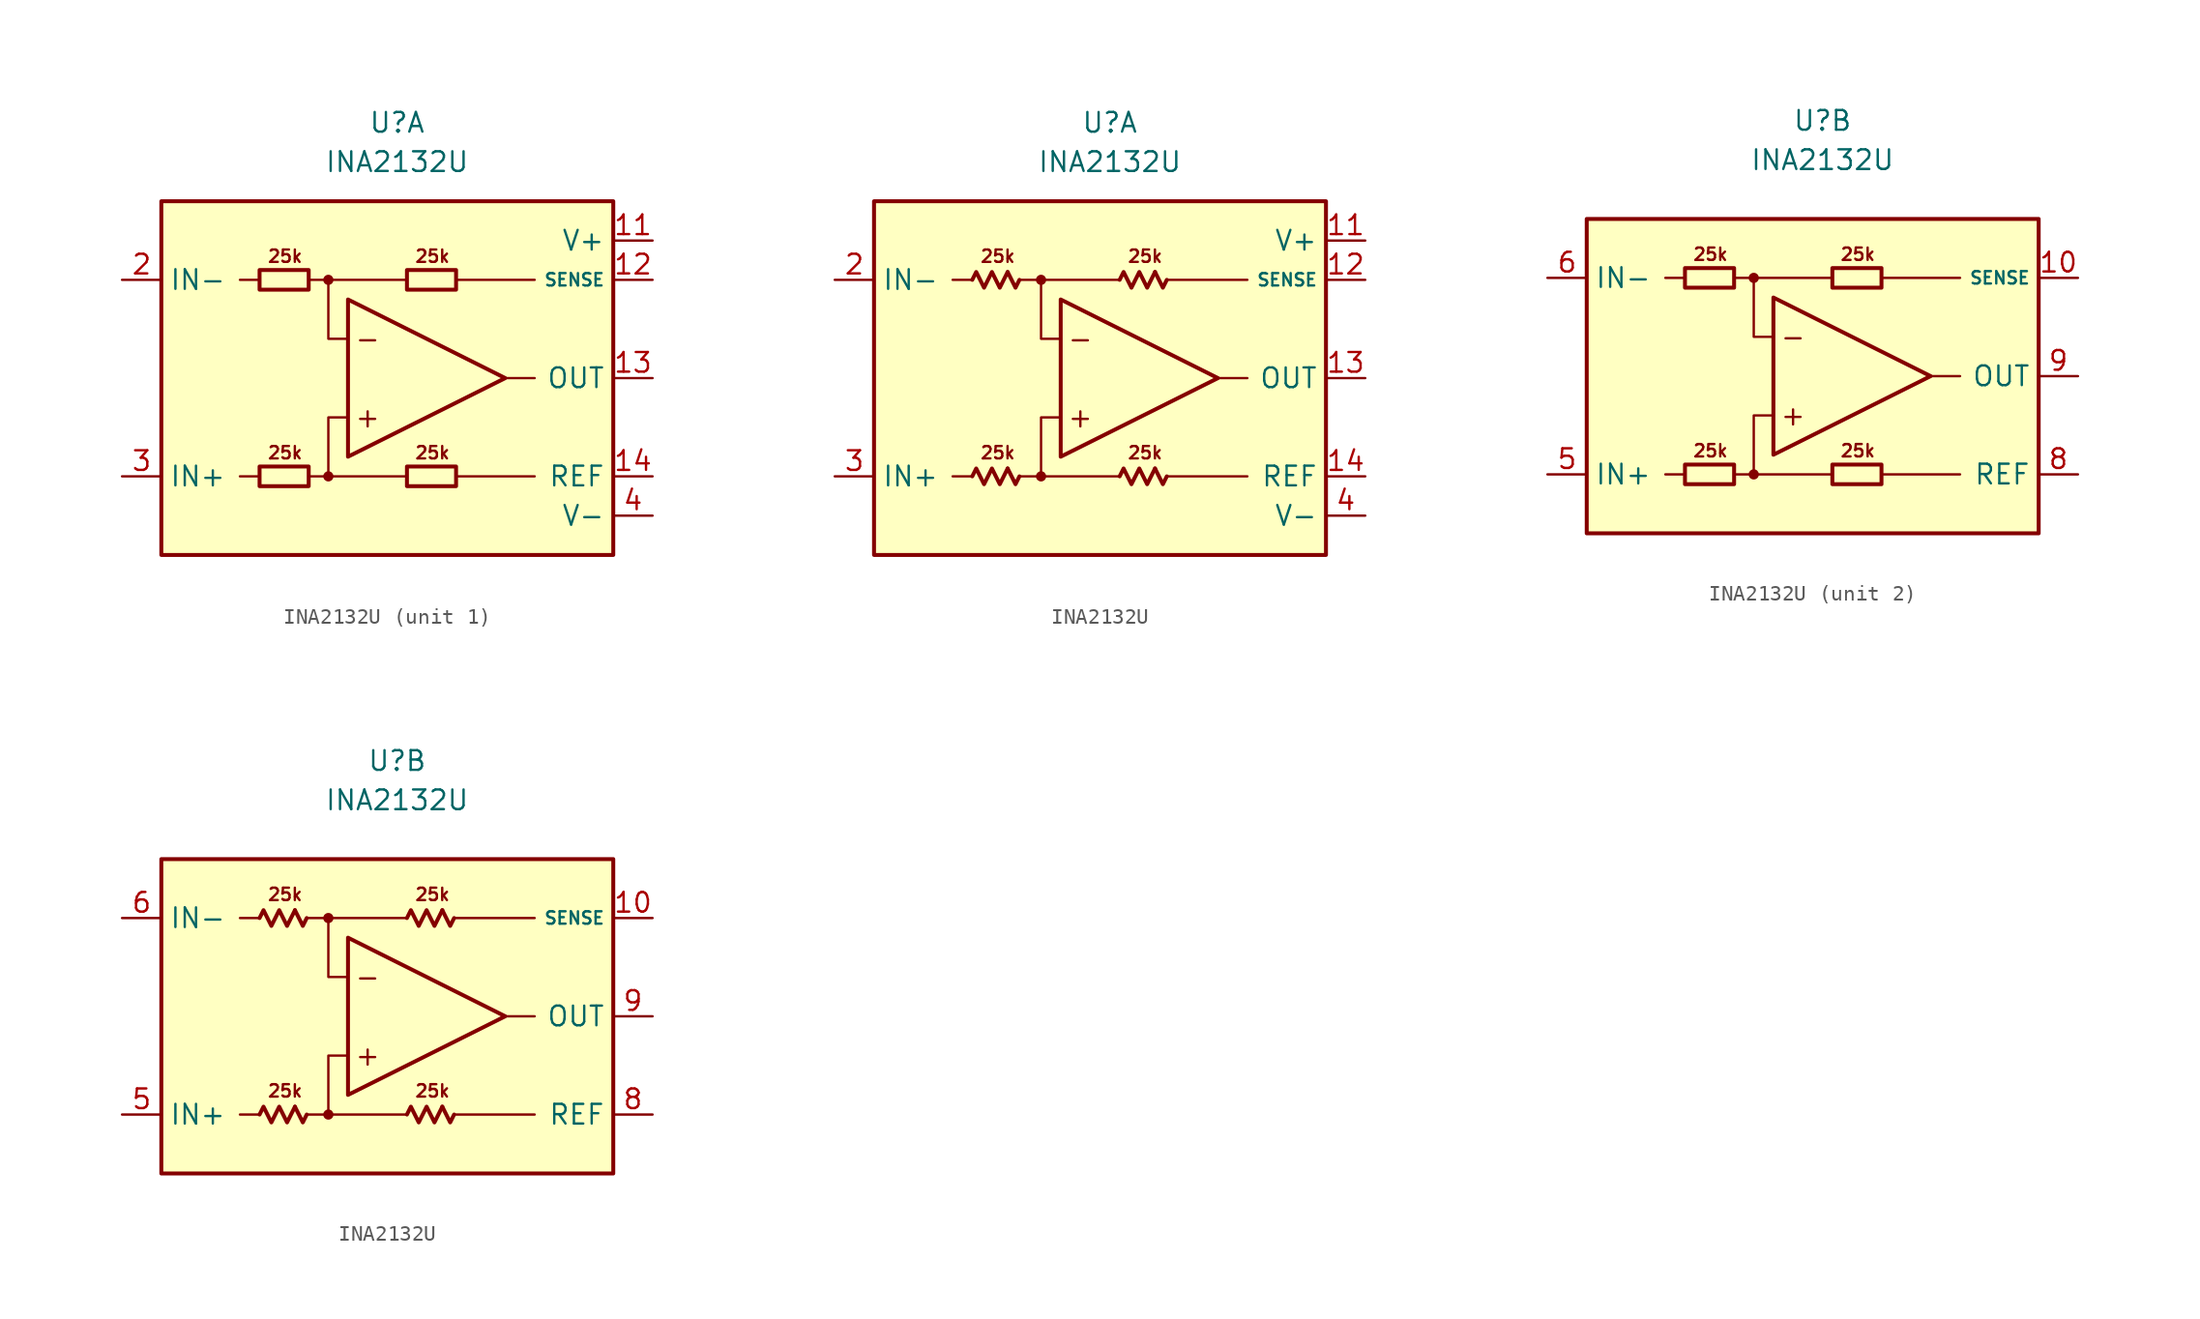
<source format=kicad_sym>
(kicad_symbol_lib
  (version 20231120)
  (generator "kicad_symbol_editor")
  (generator_version "8.0")
  (symbol "INA2132U"
    (property "Reference" "U"
      (at 0 16.51 0)
      (effects (font (size 1.27 1.27))))
    (property "Value" "INA2132U"
      (at 0 13.97 0)
      (effects (font (size 1.27 1.27))))
    (property "ki_locked" ""
      (at 0 0 0)
      (effects (font (size 1.27 1.27))))
    (symbol "INA2132U_0_0"
      (circle (center -4.445 -6.35) (radius 0.254) (stroke (width 0.152) (type default)) (fill (type outline)))
      (circle (center -4.445 6.35) (radius 0.254) (stroke (width 0.152) (type default)) (fill (type outline)))
      (polyline (pts (xy -8.89 -6.35) (xy -10.16 -6.35)) (stroke (width 0.152) (type default)) (fill (type none)))
      (polyline (pts (xy -8.89 6.35) (xy -10.16 6.35)) (stroke (width 0.152) (type default)) (fill (type none)))
      (polyline (pts (xy -4.445 6.35) (xy 0.635 6.35)) (stroke (width 0.152) (type default)) (fill (type none)))
      (polyline (pts (xy 0.635 -6.35) (xy -4.445 -6.35)) (stroke (width 0.152) (type default)) (fill (type none)))
      (polyline (pts (xy 3.81 -6.35) (xy 8.89 -6.35)) (stroke (width 0.152) (type default)) (fill (type none)))
      (polyline (pts (xy 3.81 6.35) (xy 8.89 6.35)) (stroke (width 0.152) (type default)) (fill (type none)))
      (polyline (pts (xy 6.985 0) (xy 8.89 0)) (stroke (width 0.152) (type default)) (fill (type none)))
      (polyline (pts (xy -5.715 -6.35) (xy -4.445 -6.35) (xy -4.445 -2.54) (xy -3.175 -2.54)) (stroke (width 0.152) (type default)) (fill (type none)))
      (polyline (pts (xy -3.175 2.54) (xy -4.445 2.54) (xy -4.445 6.35) (xy -5.715 6.35)) (stroke (width 0.152) (type default)) (fill (type none)))
      (polyline (pts (xy -3.175 5.08) (xy -3.175 -5.08) (xy 6.985 0) (xy -3.175 5.08)) (stroke (width 0.254) (type default)) (fill (type none)))
      (text "+" (at -1.905 -2.54 0) (effects (font (size 1.27 1.27))))
      (text "-" (at -1.905 2.54 0) (effects (font (size 1.27 1.27))))
      (text "25k" (at -7.239 -4.826 0) (effects (font (size 0.8 0.8))))
      (text "25k" (at -7.239 7.874 0) (effects (font (size 0.8 0.8))))
      (text "25k" (at 2.286 -4.826 0) (effects (font (size 0.8 0.8))))
      (text "25k" (at 2.286 7.874 0) (effects (font (size 0.8 0.8)))))
    (symbol "INA2132U_0_1"
      (rectangle (start -8.89 -5.715) (end -5.715 -6.985) (stroke (width 0.254) (type default)) (fill (type none)))
      (rectangle (start -8.89 6.985) (end -5.715 5.715) (stroke (width 0.254) (type default)) (fill (type none)))
      (rectangle (start 0.635 -5.715) (end 3.81 -6.985) (stroke (width 0.254) (type default)) (fill (type none)))
      (rectangle (start 0.635 6.985) (end 3.81 5.715) (stroke (width 0.254) (type default)) (fill (type none))))
    (symbol "INA2132U_0_2"
      (polyline (pts (xy -6.604 -5.842) (xy -6.096 -6.858) (xy -5.842 -6.35)) (stroke (width 0.254) (type default)) (fill (type none)))
      (polyline (pts (xy -6.604 6.858) (xy -6.096 5.842) (xy -5.842 6.35)) (stroke (width 0.254) (type default)) (fill (type none)))
      (polyline (pts (xy 2.921 -5.842) (xy 3.429 -6.858) (xy 3.683 -6.35)) (stroke (width 0.254) (type default)) (fill (type none)))
      (polyline (pts (xy 2.921 6.858) (xy 3.429 5.842) (xy 3.683 6.35)) (stroke (width 0.254) (type default)) (fill (type none)))
      (polyline (pts (xy -8.89 -6.35) (xy -8.636 -5.842) (xy -8.128 -6.858) (xy -7.62 -5.842) (xy -7.112 -6.858) (xy -6.604 -5.842)) (stroke (width 0.254) (type default)) (fill (type none)))
      (polyline (pts (xy -8.89 6.35) (xy -8.636 6.858) (xy -8.128 5.842) (xy -7.62 6.858) (xy -7.112 5.842) (xy -6.604 6.858)) (stroke (width 0.254) (type default)) (fill (type none)))
      (polyline (pts (xy 0.635 -6.35) (xy 0.889 -5.842) (xy 1.397 -6.858) (xy 1.905 -5.842) (xy 2.413 -6.858) (xy 2.921 -5.842)) (stroke (width 0.254) (type default)) (fill (type none)))
      (polyline (pts (xy 0.635 6.35) (xy 0.889 6.858) (xy 1.397 5.842) (xy 1.905 6.858) (xy 2.413 5.842) (xy 2.921 6.858)) (stroke (width 0.254) (type default)) (fill (type none))))
    (symbol "INA2132U_1_0"
      (rectangle (start -15.24 11.43) (end 13.97 -11.43) (stroke (width 0.254) (type default)) (fill (type background))))
    (symbol "INA2132U_1_1"
      (pin free line (at -10.16 1.27 0) (length 2.54) hide (name "NC" (effects (font (size 1.27 1.27)))) (number "1" (effects (font (size 1.27 1.27)))))
      (pin power_in line (at 16.51 8.89 180) (length 2.54) (name "V+" (effects (font (size 1.27 1.27)))) (number "11" (effects (font (size 1.27 1.27)))))
      (pin input line (at 16.51 6.35 180) (length 2.54) (name "SENSE" (effects (font (size 0.8 0.8)))) (number "12" (effects (font (size 1.27 1.27)))))
      (pin output line (at 16.51 0 180) (length 2.54) (name "OUT" (effects (font (size 1.27 1.27)))) (number "13" (effects (font (size 1.27 1.27)))))
      (pin input line (at 16.51 -6.35 180) (length 2.54) (name "REF" (effects (font (size 1.27 1.27)))) (number "14" (effects (font (size 1.27 1.27)))))
      (pin input line (at -17.78 6.35 0) (length 2.54) (name "IN-" (effects (font (size 1.27 1.27)))) (number "2" (effects (font (size 1.27 1.27)))))
      (pin input line (at -17.78 -6.35 0) (length 2.54) (name "IN+" (effects (font (size 1.27 1.27)))) (number "3" (effects (font (size 1.27 1.27)))))
      (pin power_in line (at 16.51 -8.89 180) (length 2.54) (name "V-" (effects (font (size 1.27 1.27)))) (number "4" (effects (font (size 1.27 1.27)))))
      (pin free line (at -10.16 -1.27 0) (length 2.54) hide (name "NC" (effects (font (size 1.27 1.27)))) (number "7" (effects (font (size 1.27 1.27))))))
    (symbol "INA2132U_1_2"
      (pin free line (at -10.16 1.27 0) (length 2.54) hide (name "NC" (effects (font (size 1.27 1.27)))) (number "1" (effects (font (size 1.27 1.27)))))
      (pin power_in line (at 16.51 8.89 180) (length 2.54) (name "V+" (effects (font (size 1.27 1.27)))) (number "11" (effects (font (size 1.27 1.27)))))
      (pin input line (at 16.51 6.35 180) (length 2.54) (name "SENSE" (effects (font (size 0.8 0.8)))) (number "12" (effects (font (size 1.27 1.27)))))
      (pin output line (at 16.51 0 180) (length 2.54) (name "OUT" (effects (font (size 1.27 1.27)))) (number "13" (effects (font (size 1.27 1.27)))))
      (pin input line (at 16.51 -6.35 180) (length 2.54) (name "REF" (effects (font (size 1.27 1.27)))) (number "14" (effects (font (size 1.27 1.27)))))
      (pin input line (at -17.78 6.35 0) (length 2.54) (name "IN-" (effects (font (size 1.27 1.27)))) (number "2" (effects (font (size 1.27 1.27)))))
      (pin input line (at -17.78 -6.35 0) (length 2.54) (name "IN+" (effects (font (size 1.27 1.27)))) (number "3" (effects (font (size 1.27 1.27)))))
      (pin power_in line (at 16.51 -8.89 180) (length 2.54) (name "V-" (effects (font (size 1.27 1.27)))) (number "4" (effects (font (size 1.27 1.27)))))
      (pin free line (at -10.16 -1.27 0) (length 2.54) hide (name "NC" (effects (font (size 1.27 1.27)))) (number "7" (effects (font (size 1.27 1.27))))))
    (symbol "INA2132U_2_0"
      (rectangle (start -15.24 10.16) (end 13.97 -10.16) (stroke (width 0.254) (type default)) (fill (type background))))
    (symbol "INA2132U_2_1"
      (pin input line (at 16.51 6.35 180) (length 2.54) (name "SENSE" (effects (font (size 0.8 0.8)))) (number "10" (effects (font (size 1.27 1.27)))))
      (pin input line (at -17.78 -6.35 0) (length 2.54) (name "IN+" (effects (font (size 1.27 1.27)))) (number "5" (effects (font (size 1.27 1.27)))))
      (pin input line (at -17.78 6.35 0) (length 2.54) (name "IN-" (effects (font (size 1.27 1.27)))) (number "6" (effects (font (size 1.27 1.27)))))
      (pin input line (at 16.51 -6.35 180) (length 2.54) (name "REF" (effects (font (size 1.27 1.27)))) (number "8" (effects (font (size 1.27 1.27)))))
      (pin output line (at 16.51 0 180) (length 2.54) (name "OUT" (effects (font (size 1.27 1.27)))) (number "9" (effects (font (size 1.27 1.27))))))
    (symbol "INA2132U_2_2"
      (pin input line (at 16.51 6.35 180) (length 2.54) (name "SENSE" (effects (font (size 0.8 0.8)))) (number "10" (effects (font (size 1.27 1.27)))))
      (pin input line (at -17.78 -6.35 0) (length 2.54) (name "IN+" (effects (font (size 1.27 1.27)))) (number "5" (effects (font (size 1.27 1.27)))))
      (pin input line (at -17.78 6.35 0) (length 2.54) (name "IN-" (effects (font (size 1.27 1.27)))) (number "6" (effects (font (size 1.27 1.27)))))
      (pin input line (at 16.51 -6.35 180) (length 2.54) (name "REF" (effects (font (size 1.27 1.27)))) (number "8" (effects (font (size 1.27 1.27)))))
      (pin output line (at 16.51 0 180) (length 2.54) (name "OUT" (effects (font (size 1.27 1.27)))) (number "9" (effects (font (size 1.27 1.27))))))))
</source>
